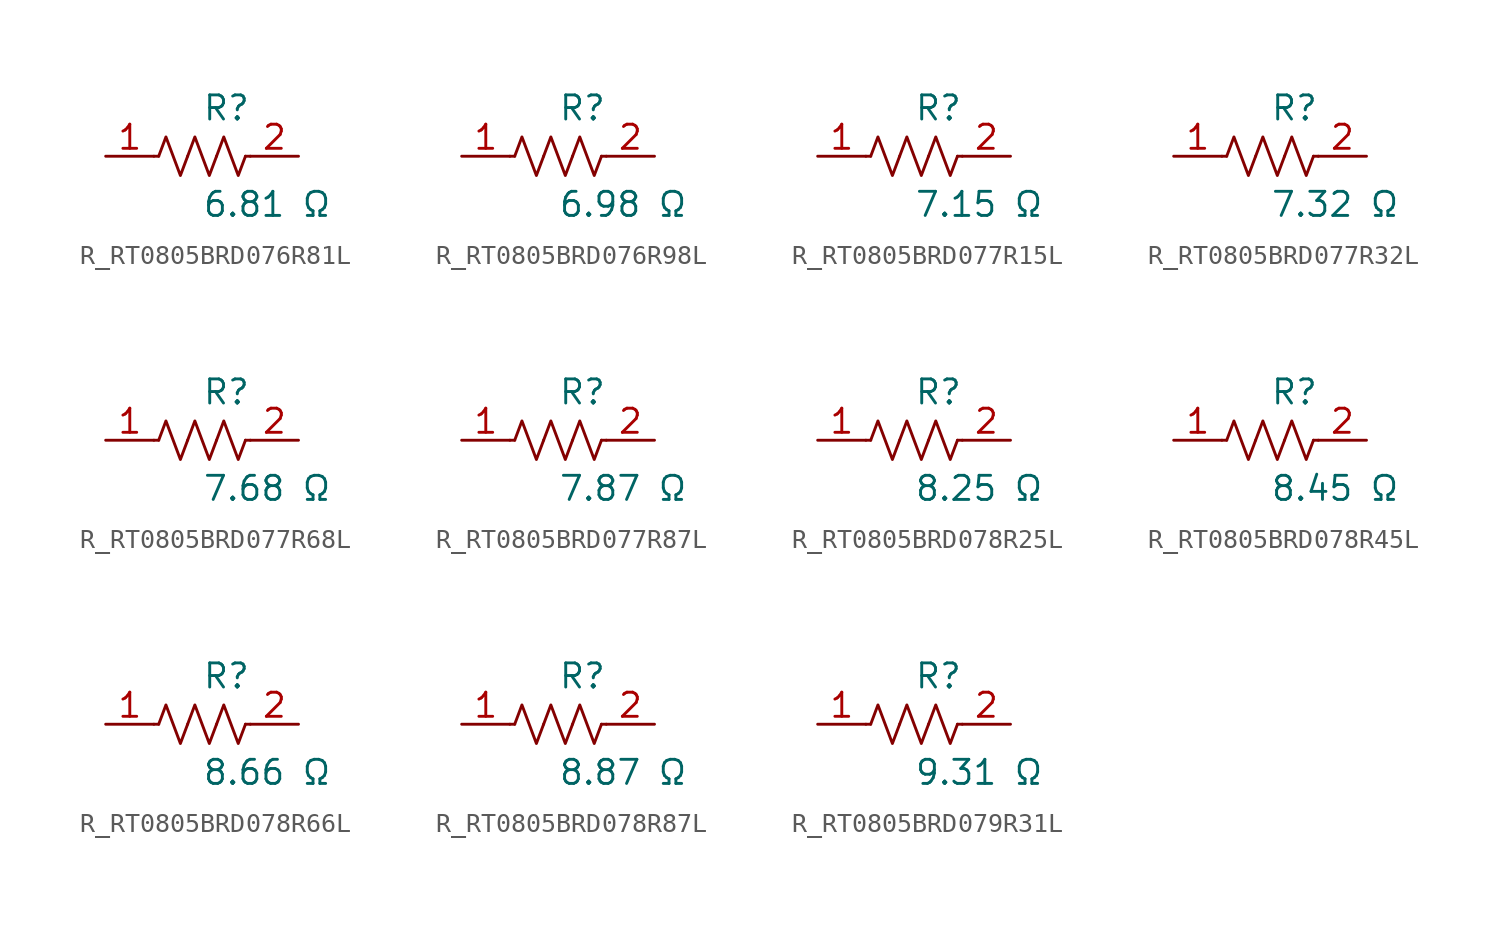
<source format=kicad_sym>
(kicad_symbol_lib
  (version 20231120)
  (generator kicad_symbol_editor)
  (generator_version 8.0)
  (symbol "R_RT0805BRD076R81L"
    (pin_names
      (offset 0.254))
    (property "Reference" "R"
      (at 0.0 2.54 0)
      (effects (font (size 1.27 1.27)) (justify left)))
    (property "Value" "6.81 Ω"
      (at 0.0 -2.54 0)
      (effects (font (size 1.27 1.27)) (justify left)))
    (symbol "R_RT0805BRD076R81L_0_1"
      (polyline (pts (xy 2.286 0) (xy 2.54 0)) (stroke (width 0) (type default)) (fill (type none)))
      (polyline (pts (xy -2.286 0) (xy -2.54 0)) (stroke (width 0) (type default)) (fill (type none)))
      (polyline (pts (xy 0.762 0) (xy 1.143 1.016) (xy 1.524 0) (xy 1.905 -1.016) (xy 2.286 0)) (stroke (width 0) (type default)) (fill (type none)))
      (polyline (pts (xy -0.762 0) (xy -0.381 1.016) (xy 0 0) (xy 0.381 -1.016) (xy 0.762 0)) (stroke (width 0) (type default)) (fill (type none)))
      (polyline (pts (xy -2.286 0) (xy -1.905 1.016) (xy -1.524 0) (xy -1.143 -1.016) (xy -0.762 0)) (stroke (width 0) (type default)) (fill (type none))))
    (pin unspecified line
      (at -5.08 0 0)
      (length 2.54)
      (name "" (effects (font (size 1.27 1.27))))
      (number "1" (effects (font (size 1.27 1.27)))))
    (pin unspecified line
      (at 5.08 0 180)
      (length 2.54)
      (name "" (effects (font (size 1.27 1.27))))
      (number "2" (effects (font (size 1.27 1.27))))))
  (symbol "R_RT0805BRD076R98L"
    (pin_names
      (offset 0.254))
    (property "Reference" "R"
      (at 0.0 2.54 0)
      (effects (font (size 1.27 1.27)) (justify left)))
    (property "Value" "6.98 Ω"
      (at 0.0 -2.54 0)
      (effects (font (size 1.27 1.27)) (justify left)))
    (symbol "R_RT0805BRD076R98L_0_1"
      (polyline (pts (xy 2.286 0) (xy 2.54 0)) (stroke (width 0) (type default)) (fill (type none)))
      (polyline (pts (xy -2.286 0) (xy -2.54 0)) (stroke (width 0) (type default)) (fill (type none)))
      (polyline (pts (xy 0.762 0) (xy 1.143 1.016) (xy 1.524 0) (xy 1.905 -1.016) (xy 2.286 0)) (stroke (width 0) (type default)) (fill (type none)))
      (polyline (pts (xy -0.762 0) (xy -0.381 1.016) (xy 0 0) (xy 0.381 -1.016) (xy 0.762 0)) (stroke (width 0) (type default)) (fill (type none)))
      (polyline (pts (xy -2.286 0) (xy -1.905 1.016) (xy -1.524 0) (xy -1.143 -1.016) (xy -0.762 0)) (stroke (width 0) (type default)) (fill (type none))))
    (pin unspecified line
      (at -5.08 0 0)
      (length 2.54)
      (name "" (effects (font (size 1.27 1.27))))
      (number "1" (effects (font (size 1.27 1.27)))))
    (pin unspecified line
      (at 5.08 0 180)
      (length 2.54)
      (name "" (effects (font (size 1.27 1.27))))
      (number "2" (effects (font (size 1.27 1.27))))))
  (symbol "R_RT0805BRD077R15L"
    (pin_names
      (offset 0.254))
    (property "Reference" "R"
      (at 0.0 2.54 0)
      (effects (font (size 1.27 1.27)) (justify left)))
    (property "Value" "7.15 Ω"
      (at 0.0 -2.54 0)
      (effects (font (size 1.27 1.27)) (justify left)))
    (symbol "R_RT0805BRD077R15L_0_1"
      (polyline (pts (xy 2.286 0) (xy 2.54 0)) (stroke (width 0) (type default)) (fill (type none)))
      (polyline (pts (xy -2.286 0) (xy -2.54 0)) (stroke (width 0) (type default)) (fill (type none)))
      (polyline (pts (xy 0.762 0) (xy 1.143 1.016) (xy 1.524 0) (xy 1.905 -1.016) (xy 2.286 0)) (stroke (width 0) (type default)) (fill (type none)))
      (polyline (pts (xy -0.762 0) (xy -0.381 1.016) (xy 0 0) (xy 0.381 -1.016) (xy 0.762 0)) (stroke (width 0) (type default)) (fill (type none)))
      (polyline (pts (xy -2.286 0) (xy -1.905 1.016) (xy -1.524 0) (xy -1.143 -1.016) (xy -0.762 0)) (stroke (width 0) (type default)) (fill (type none))))
    (pin unspecified line
      (at -5.08 0 0)
      (length 2.54)
      (name "" (effects (font (size 1.27 1.27))))
      (number "1" (effects (font (size 1.27 1.27)))))
    (pin unspecified line
      (at 5.08 0 180)
      (length 2.54)
      (name "" (effects (font (size 1.27 1.27))))
      (number "2" (effects (font (size 1.27 1.27))))))
  (symbol "R_RT0805BRD077R32L"
    (pin_names
      (offset 0.254))
    (property "Reference" "R"
      (at 0.0 2.54 0)
      (effects (font (size 1.27 1.27)) (justify left)))
    (property "Value" "7.32 Ω"
      (at 0.0 -2.54 0)
      (effects (font (size 1.27 1.27)) (justify left)))
    (symbol "R_RT0805BRD077R32L_0_1"
      (polyline (pts (xy 2.286 0) (xy 2.54 0)) (stroke (width 0) (type default)) (fill (type none)))
      (polyline (pts (xy -2.286 0) (xy -2.54 0)) (stroke (width 0) (type default)) (fill (type none)))
      (polyline (pts (xy 0.762 0) (xy 1.143 1.016) (xy 1.524 0) (xy 1.905 -1.016) (xy 2.286 0)) (stroke (width 0) (type default)) (fill (type none)))
      (polyline (pts (xy -0.762 0) (xy -0.381 1.016) (xy 0 0) (xy 0.381 -1.016) (xy 0.762 0)) (stroke (width 0) (type default)) (fill (type none)))
      (polyline (pts (xy -2.286 0) (xy -1.905 1.016) (xy -1.524 0) (xy -1.143 -1.016) (xy -0.762 0)) (stroke (width 0) (type default)) (fill (type none))))
    (pin unspecified line
      (at -5.08 0 0)
      (length 2.54)
      (name "" (effects (font (size 1.27 1.27))))
      (number "1" (effects (font (size 1.27 1.27)))))
    (pin unspecified line
      (at 5.08 0 180)
      (length 2.54)
      (name "" (effects (font (size 1.27 1.27))))
      (number "2" (effects (font (size 1.27 1.27))))))
  (symbol "R_RT0805BRD077R68L"
    (pin_names
      (offset 0.254))
    (property "Reference" "R"
      (at 0.0 2.54 0)
      (effects (font (size 1.27 1.27)) (justify left)))
    (property "Value" "7.68 Ω"
      (at 0.0 -2.54 0)
      (effects (font (size 1.27 1.27)) (justify left)))
    (symbol "R_RT0805BRD077R68L_0_1"
      (polyline (pts (xy 2.286 0) (xy 2.54 0)) (stroke (width 0) (type default)) (fill (type none)))
      (polyline (pts (xy -2.286 0) (xy -2.54 0)) (stroke (width 0) (type default)) (fill (type none)))
      (polyline (pts (xy 0.762 0) (xy 1.143 1.016) (xy 1.524 0) (xy 1.905 -1.016) (xy 2.286 0)) (stroke (width 0) (type default)) (fill (type none)))
      (polyline (pts (xy -0.762 0) (xy -0.381 1.016) (xy 0 0) (xy 0.381 -1.016) (xy 0.762 0)) (stroke (width 0) (type default)) (fill (type none)))
      (polyline (pts (xy -2.286 0) (xy -1.905 1.016) (xy -1.524 0) (xy -1.143 -1.016) (xy -0.762 0)) (stroke (width 0) (type default)) (fill (type none))))
    (pin unspecified line
      (at -5.08 0 0)
      (length 2.54)
      (name "" (effects (font (size 1.27 1.27))))
      (number "1" (effects (font (size 1.27 1.27)))))
    (pin unspecified line
      (at 5.08 0 180)
      (length 2.54)
      (name "" (effects (font (size 1.27 1.27))))
      (number "2" (effects (font (size 1.27 1.27))))))
  (symbol "R_RT0805BRD077R87L"
    (pin_names
      (offset 0.254))
    (property "Reference" "R"
      (at 0.0 2.54 0)
      (effects (font (size 1.27 1.27)) (justify left)))
    (property "Value" "7.87 Ω"
      (at 0.0 -2.54 0)
      (effects (font (size 1.27 1.27)) (justify left)))
    (symbol "R_RT0805BRD077R87L_0_1"
      (polyline (pts (xy 2.286 0) (xy 2.54 0)) (stroke (width 0) (type default)) (fill (type none)))
      (polyline (pts (xy -2.286 0) (xy -2.54 0)) (stroke (width 0) (type default)) (fill (type none)))
      (polyline (pts (xy 0.762 0) (xy 1.143 1.016) (xy 1.524 0) (xy 1.905 -1.016) (xy 2.286 0)) (stroke (width 0) (type default)) (fill (type none)))
      (polyline (pts (xy -0.762 0) (xy -0.381 1.016) (xy 0 0) (xy 0.381 -1.016) (xy 0.762 0)) (stroke (width 0) (type default)) (fill (type none)))
      (polyline (pts (xy -2.286 0) (xy -1.905 1.016) (xy -1.524 0) (xy -1.143 -1.016) (xy -0.762 0)) (stroke (width 0) (type default)) (fill (type none))))
    (pin unspecified line
      (at -5.08 0 0)
      (length 2.54)
      (name "" (effects (font (size 1.27 1.27))))
      (number "1" (effects (font (size 1.27 1.27)))))
    (pin unspecified line
      (at 5.08 0 180)
      (length 2.54)
      (name "" (effects (font (size 1.27 1.27))))
      (number "2" (effects (font (size 1.27 1.27))))))
  (symbol "R_RT0805BRD078R25L"
    (pin_names
      (offset 0.254))
    (property "Reference" "R"
      (at 0.0 2.54 0)
      (effects (font (size 1.27 1.27)) (justify left)))
    (property "Value" "8.25 Ω"
      (at 0.0 -2.54 0)
      (effects (font (size 1.27 1.27)) (justify left)))
    (symbol "R_RT0805BRD078R25L_0_1"
      (polyline (pts (xy 2.286 0) (xy 2.54 0)) (stroke (width 0) (type default)) (fill (type none)))
      (polyline (pts (xy -2.286 0) (xy -2.54 0)) (stroke (width 0) (type default)) (fill (type none)))
      (polyline (pts (xy 0.762 0) (xy 1.143 1.016) (xy 1.524 0) (xy 1.905 -1.016) (xy 2.286 0)) (stroke (width 0) (type default)) (fill (type none)))
      (polyline (pts (xy -0.762 0) (xy -0.381 1.016) (xy 0 0) (xy 0.381 -1.016) (xy 0.762 0)) (stroke (width 0) (type default)) (fill (type none)))
      (polyline (pts (xy -2.286 0) (xy -1.905 1.016) (xy -1.524 0) (xy -1.143 -1.016) (xy -0.762 0)) (stroke (width 0) (type default)) (fill (type none))))
    (pin unspecified line
      (at -5.08 0 0)
      (length 2.54)
      (name "" (effects (font (size 1.27 1.27))))
      (number "1" (effects (font (size 1.27 1.27)))))
    (pin unspecified line
      (at 5.08 0 180)
      (length 2.54)
      (name "" (effects (font (size 1.27 1.27))))
      (number "2" (effects (font (size 1.27 1.27))))))
  (symbol "R_RT0805BRD078R45L"
    (pin_names
      (offset 0.254))
    (property "Reference" "R"
      (at 0.0 2.54 0)
      (effects (font (size 1.27 1.27)) (justify left)))
    (property "Value" "8.45 Ω"
      (at 0.0 -2.54 0)
      (effects (font (size 1.27 1.27)) (justify left)))
    (symbol "R_RT0805BRD078R45L_0_1"
      (polyline (pts (xy 2.286 0) (xy 2.54 0)) (stroke (width 0) (type default)) (fill (type none)))
      (polyline (pts (xy -2.286 0) (xy -2.54 0)) (stroke (width 0) (type default)) (fill (type none)))
      (polyline (pts (xy 0.762 0) (xy 1.143 1.016) (xy 1.524 0) (xy 1.905 -1.016) (xy 2.286 0)) (stroke (width 0) (type default)) (fill (type none)))
      (polyline (pts (xy -0.762 0) (xy -0.381 1.016) (xy 0 0) (xy 0.381 -1.016) (xy 0.762 0)) (stroke (width 0) (type default)) (fill (type none)))
      (polyline (pts (xy -2.286 0) (xy -1.905 1.016) (xy -1.524 0) (xy -1.143 -1.016) (xy -0.762 0)) (stroke (width 0) (type default)) (fill (type none))))
    (pin unspecified line
      (at -5.08 0 0)
      (length 2.54)
      (name "" (effects (font (size 1.27 1.27))))
      (number "1" (effects (font (size 1.27 1.27)))))
    (pin unspecified line
      (at 5.08 0 180)
      (length 2.54)
      (name "" (effects (font (size 1.27 1.27))))
      (number "2" (effects (font (size 1.27 1.27))))))
  (symbol "R_RT0805BRD078R66L"
    (pin_names
      (offset 0.254))
    (property "Reference" "R"
      (at 0.0 2.54 0)
      (effects (font (size 1.27 1.27)) (justify left)))
    (property "Value" "8.66 Ω"
      (at 0.0 -2.54 0)
      (effects (font (size 1.27 1.27)) (justify left)))
    (symbol "R_RT0805BRD078R66L_0_1"
      (polyline (pts (xy 2.286 0) (xy 2.54 0)) (stroke (width 0) (type default)) (fill (type none)))
      (polyline (pts (xy -2.286 0) (xy -2.54 0)) (stroke (width 0) (type default)) (fill (type none)))
      (polyline (pts (xy 0.762 0) (xy 1.143 1.016) (xy 1.524 0) (xy 1.905 -1.016) (xy 2.286 0)) (stroke (width 0) (type default)) (fill (type none)))
      (polyline (pts (xy -0.762 0) (xy -0.381 1.016) (xy 0 0) (xy 0.381 -1.016) (xy 0.762 0)) (stroke (width 0) (type default)) (fill (type none)))
      (polyline (pts (xy -2.286 0) (xy -1.905 1.016) (xy -1.524 0) (xy -1.143 -1.016) (xy -0.762 0)) (stroke (width 0) (type default)) (fill (type none))))
    (pin unspecified line
      (at -5.08 0 0)
      (length 2.54)
      (name "" (effects (font (size 1.27 1.27))))
      (number "1" (effects (font (size 1.27 1.27)))))
    (pin unspecified line
      (at 5.08 0 180)
      (length 2.54)
      (name "" (effects (font (size 1.27 1.27))))
      (number "2" (effects (font (size 1.27 1.27))))))
  (symbol "R_RT0805BRD078R87L"
    (pin_names
      (offset 0.254))
    (property "Reference" "R"
      (at 0.0 2.54 0)
      (effects (font (size 1.27 1.27)) (justify left)))
    (property "Value" "8.87 Ω"
      (at 0.0 -2.54 0)
      (effects (font (size 1.27 1.27)) (justify left)))
    (symbol "R_RT0805BRD078R87L_0_1"
      (polyline (pts (xy 2.286 0) (xy 2.54 0)) (stroke (width 0) (type default)) (fill (type none)))
      (polyline (pts (xy -2.286 0) (xy -2.54 0)) (stroke (width 0) (type default)) (fill (type none)))
      (polyline (pts (xy 0.762 0) (xy 1.143 1.016) (xy 1.524 0) (xy 1.905 -1.016) (xy 2.286 0)) (stroke (width 0) (type default)) (fill (type none)))
      (polyline (pts (xy -0.762 0) (xy -0.381 1.016) (xy 0 0) (xy 0.381 -1.016) (xy 0.762 0)) (stroke (width 0) (type default)) (fill (type none)))
      (polyline (pts (xy -2.286 0) (xy -1.905 1.016) (xy -1.524 0) (xy -1.143 -1.016) (xy -0.762 0)) (stroke (width 0) (type default)) (fill (type none))))
    (pin unspecified line
      (at -5.08 0 0)
      (length 2.54)
      (name "" (effects (font (size 1.27 1.27))))
      (number "1" (effects (font (size 1.27 1.27)))))
    (pin unspecified line
      (at 5.08 0 180)
      (length 2.54)
      (name "" (effects (font (size 1.27 1.27))))
      (number "2" (effects (font (size 1.27 1.27))))))
  (symbol "R_RT0805BRD079R31L"
    (pin_names
      (offset 0.254))
    (property "Reference" "R"
      (at 0.0 2.54 0)
      (effects (font (size 1.27 1.27)) (justify left)))
    (property "Value" "9.31 Ω"
      (at 0.0 -2.54 0)
      (effects (font (size 1.27 1.27)) (justify left)))
    (symbol "R_RT0805BRD079R31L_0_1"
      (polyline (pts (xy 2.286 0) (xy 2.54 0)) (stroke (width 0) (type default)) (fill (type none)))
      (polyline (pts (xy -2.286 0) (xy -2.54 0)) (stroke (width 0) (type default)) (fill (type none)))
      (polyline (pts (xy 0.762 0) (xy 1.143 1.016) (xy 1.524 0) (xy 1.905 -1.016) (xy 2.286 0)) (stroke (width 0) (type default)) (fill (type none)))
      (polyline (pts (xy -0.762 0) (xy -0.381 1.016) (xy 0 0) (xy 0.381 -1.016) (xy 0.762 0)) (stroke (width 0) (type default)) (fill (type none)))
      (polyline (pts (xy -2.286 0) (xy -1.905 1.016) (xy -1.524 0) (xy -1.143 -1.016) (xy -0.762 0)) (stroke (width 0) (type default)) (fill (type none))))
    (pin unspecified line
      (at -5.08 0 0)
      (length 2.54)
      (name "" (effects (font (size 1.27 1.27))))
      (number "1" (effects (font (size 1.27 1.27)))))
    (pin unspecified line
      (at 5.08 0 180)
      (length 2.54)
      (name "" (effects (font (size 1.27 1.27))))
      (number "2" (effects (font (size 1.27 1.27)))))))
</source>
